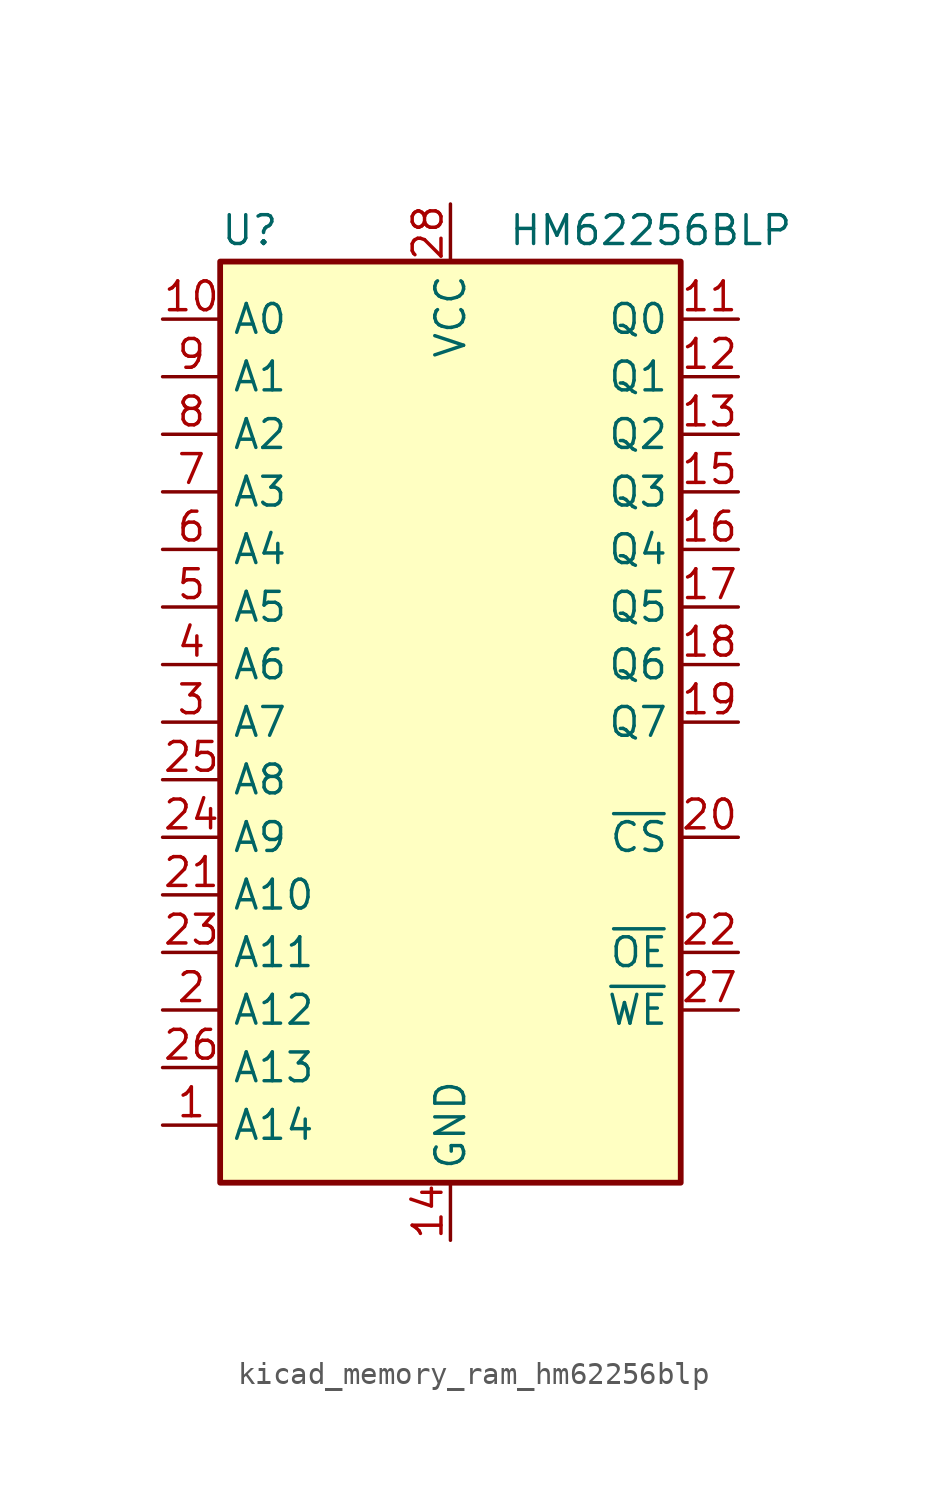
<source format=kicad_sym>
(kicad_symbol_lib
  (version 20220914)
  (generator kicad_symbol_editor)
  (symbol "kicad_memory_ram_hm62256blp"
    (property "Reference" "U"
      (at -10.16 20.955 0)
      (effects (font (size 1.27 1.27)) (justify left bottom)))
    (property "Value" "HM62256BLP"
      (at 2.54 20.955 0)
      (effects (font (size 1.27 1.27)) (justify left bottom)))
    (symbol "kicad_memory_ram_hm62256blp_0_0"
      (pin power_in line (at 0 -22.86 90) (length 2.54) (name "GND" (effects (font (size 1.27 1.27)))) (number "14" (effects (font (size 1.27 1.27)))))
      (pin power_in line (at 0 22.86 270) (length 2.54) (name "VCC" (effects (font (size 1.27 1.27)))) (number "28" (effects (font (size 1.27 1.27))))))
    (symbol "kicad_memory_ram_hm62256blp_0_1"
      (rectangle (start -10.16 20.32) (end 10.16 -20.32) (stroke (width 0.254) (type default)) (fill (type background))))
    (symbol "kicad_memory_ram_hm62256blp_1_1"
      (pin input line (at -12.7 -17.78 0) (length 2.54) (name "A14" (effects (font (size 1.27 1.27)))) (number "1" (effects (font (size 1.27 1.27)))))
      (pin input line (at -12.7 17.78 0) (length 2.54) (name "A0" (effects (font (size 1.27 1.27)))) (number "10" (effects (font (size 1.27 1.27)))))
      (pin tri_state line (at 12.7 17.78 180) (length 2.54) (name "Q0" (effects (font (size 1.27 1.27)))) (number "11" (effects (font (size 1.27 1.27)))))
      (pin tri_state line (at 12.7 15.24 180) (length 2.54) (name "Q1" (effects (font (size 1.27 1.27)))) (number "12" (effects (font (size 1.27 1.27)))))
      (pin tri_state line (at 12.7 12.7 180) (length 2.54) (name "Q2" (effects (font (size 1.27 1.27)))) (number "13" (effects (font (size 1.27 1.27)))))
      (pin tri_state line (at 12.7 10.16 180) (length 2.54) (name "Q3" (effects (font (size 1.27 1.27)))) (number "15" (effects (font (size 1.27 1.27)))))
      (pin tri_state line (at 12.7 7.62 180) (length 2.54) (name "Q4" (effects (font (size 1.27 1.27)))) (number "16" (effects (font (size 1.27 1.27)))))
      (pin tri_state line (at 12.7 5.08 180) (length 2.54) (name "Q5" (effects (font (size 1.27 1.27)))) (number "17" (effects (font (size 1.27 1.27)))))
      (pin tri_state line (at 12.7 2.54 180) (length 2.54) (name "Q6" (effects (font (size 1.27 1.27)))) (number "18" (effects (font (size 1.27 1.27)))))
      (pin tri_state line (at 12.7 0 180) (length 2.54) (name "Q7" (effects (font (size 1.27 1.27)))) (number "19" (effects (font (size 1.27 1.27)))))
      (pin input line (at -12.7 -12.7 0) (length 2.54) (name "A12" (effects (font (size 1.27 1.27)))) (number "2" (effects (font (size 1.27 1.27)))))
      (pin input line (at 12.7 -5.08 180) (length 2.54) (name "~{CS}" (effects (font (size 1.27 1.27)))) (number "20" (effects (font (size 1.27 1.27)))))
      (pin input line (at -12.7 -7.62 0) (length 2.54) (name "A10" (effects (font (size 1.27 1.27)))) (number "21" (effects (font (size 1.27 1.27)))))
      (pin input line (at 12.7 -10.16 180) (length 2.54) (name "~{OE}" (effects (font (size 1.27 1.27)))) (number "22" (effects (font (size 1.27 1.27)))))
      (pin input line (at -12.7 -10.16 0) (length 2.54) (name "A11" (effects (font (size 1.27 1.27)))) (number "23" (effects (font (size 1.27 1.27)))))
      (pin input line (at -12.7 -5.08 0) (length 2.54) (name "A9" (effects (font (size 1.27 1.27)))) (number "24" (effects (font (size 1.27 1.27)))))
      (pin input line (at -12.7 -2.54 0) (length 2.54) (name "A8" (effects (font (size 1.27 1.27)))) (number "25" (effects (font (size 1.27 1.27)))))
      (pin input line (at -12.7 -15.24 0) (length 2.54) (name "A13" (effects (font (size 1.27 1.27)))) (number "26" (effects (font (size 1.27 1.27)))))
      (pin input line (at 12.7 -12.7 180) (length 2.54) (name "~{WE}" (effects (font (size 1.27 1.27)))) (number "27" (effects (font (size 1.27 1.27)))))
      (pin input line (at -12.7 0 0) (length 2.54) (name "A7" (effects (font (size 1.27 1.27)))) (number "3" (effects (font (size 1.27 1.27)))))
      (pin input line (at -12.7 2.54 0) (length 2.54) (name "A6" (effects (font (size 1.27 1.27)))) (number "4" (effects (font (size 1.27 1.27)))))
      (pin input line (at -12.7 5.08 0) (length 2.54) (name "A5" (effects (font (size 1.27 1.27)))) (number "5" (effects (font (size 1.27 1.27)))))
      (pin input line (at -12.7 7.62 0) (length 2.54) (name "A4" (effects (font (size 1.27 1.27)))) (number "6" (effects (font (size 1.27 1.27)))))
      (pin input line (at -12.7 10.16 0) (length 2.54) (name "A3" (effects (font (size 1.27 1.27)))) (number "7" (effects (font (size 1.27 1.27)))))
      (pin input line (at -12.7 12.7 0) (length 2.54) (name "A2" (effects (font (size 1.27 1.27)))) (number "8" (effects (font (size 1.27 1.27)))))
      (pin input line (at -12.7 15.24 0) (length 2.54) (name "A1" (effects (font (size 1.27 1.27)))) (number "9" (effects (font (size 1.27 1.27))))))))
</source>
